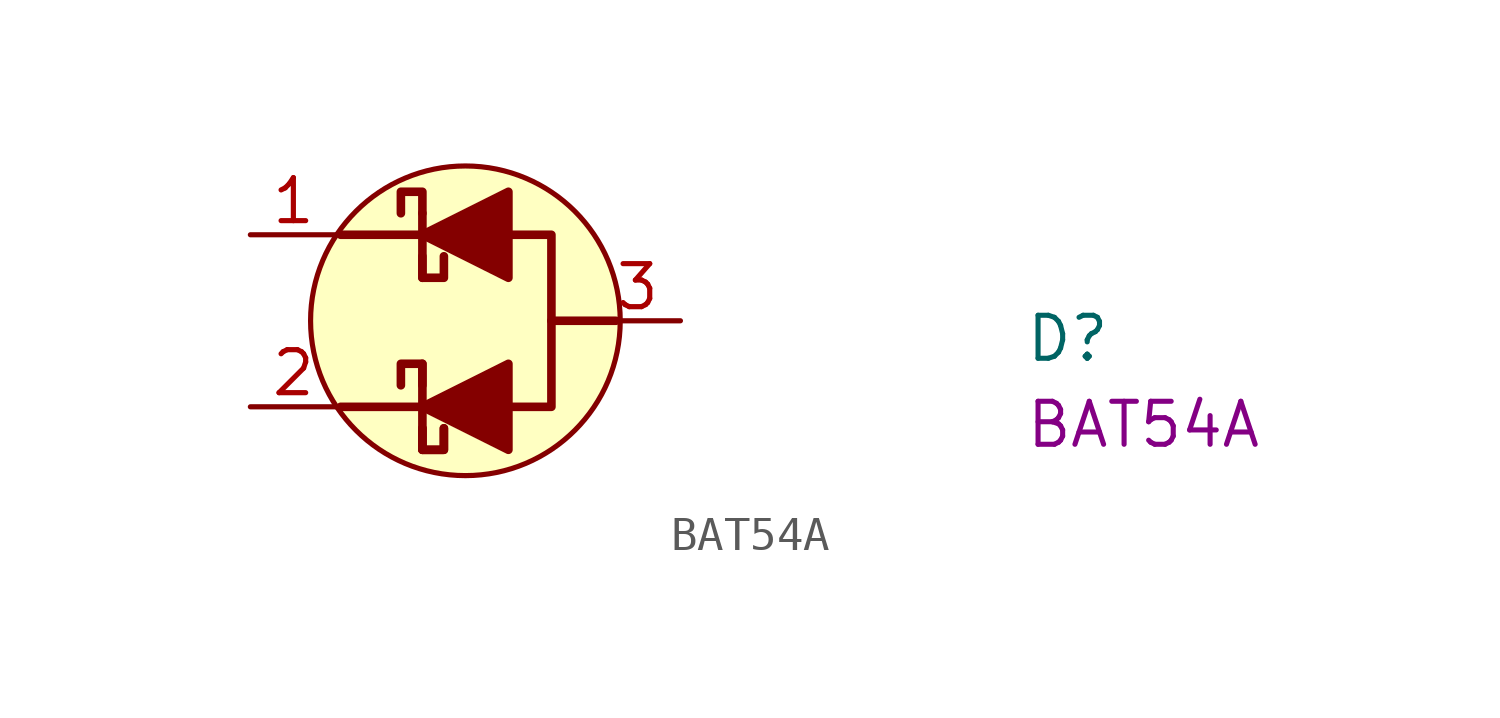
<source format=kicad_sym>
(kicad_symbol_lib
  (version 20220914)
  (generator kicad_symbol_editor)
  (symbol "BAT54A"
    (pin_names hide)
    (property "Reference" "D"
      (at 22.86 -3.81 0)
      (effects (font (size 1.27 1.27) (thickness 0.15)) (justify left bottom)))
    (property "MPN" "BAT54A"
      (at 22.86 -6.35 0)
      (effects (font (size 1.27 1.27) (thickness 0.15)) (justify left bottom)))
    (symbol "BAT54A_0_1"
      (polyline (pts (xy 5.08 -5.08) (xy 2.667 -5.08)) (stroke (width 0.254) (type default)) (fill (type none)))
      (polyline (pts (xy 5.08 0) (xy 2.667 0)) (stroke (width 0.254) (type default)) (fill (type none)))
      (polyline (pts (xy 10.795 -2.54) (xy 8.89 -2.54)) (stroke (width 0.254) (type default)) (fill (type none)))
      (circle (center 6.35 -2.54) (radius 4.572) (stroke (width 0) (type default)) (fill (type background))))
    (symbol "BAT54A_1_1"
      (polyline (pts (xy 5.08 -3.81) (xy 5.08 -6.35)) (stroke (width 0.254) (type default)) (fill (type none)))
      (polyline (pts (xy 5.08 0.635) (xy 5.08 -1.27)) (stroke (width 0.254) (type default)) (fill (type none)))
      (polyline (pts (xy 5.08 -5.715) (xy 5.08 -6.35) (xy 5.715 -6.35) (xy 5.715 -5.715)) (stroke (width 0.254) (type default)) (fill (type none)))
      (polyline (pts (xy 5.08 -5.715) (xy 5.08 -6.35) (xy 5.715 -6.35) (xy 5.715 -5.715)) (stroke (width 0.254) (type default)) (fill (type none)))
      (polyline (pts (xy 5.08 -4.445) (xy 5.08 -3.81) (xy 4.445 -3.81) (xy 4.445 -4.445)) (stroke (width 0.254) (type default)) (fill (type none)))
      (polyline (pts (xy 5.08 -0.635) (xy 5.08 -1.27) (xy 5.715 -1.27) (xy 5.715 -0.635)) (stroke (width 0.254) (type default)) (fill (type none)))
      (polyline (pts (xy 5.08 0.635) (xy 5.08 1.27) (xy 4.445 1.27) (xy 4.445 0.635)) (stroke (width 0.254) (type default)) (fill (type none)))
      (polyline (pts (xy 7.62 -3.81) (xy 7.62 -6.35) (xy 5.08 -5.08) (xy 7.62 -3.81)) (stroke (width 0.254) (type default)) (fill (type outline)))
      (polyline (pts (xy 7.62 0) (xy 8.89 0) (xy 8.89 -5.08) (xy 7.62 -5.08)) (stroke (width 0.254) (type default)) (fill (type none)))
      (polyline (pts (xy 7.62 1.27) (xy 7.62 -1.27) (xy 5.08 0) (xy 7.62 1.27)) (stroke (width 0.254) (type default)) (fill (type outline)))
      (pin passive line (at 0 0 0) (length 2.54) (name "1" (effects (font (size 1.27 1.27)))) (number "1" (effects (font (size 1.27 1.27)))))
      (pin passive line (at 0 -5.08 0) (length 2.54) (name "2" (effects (font (size 1.27 1.27)))) (number "2" (effects (font (size 1.27 1.27)))))
      (pin passive line (at 12.7 -2.54 180) (length 2.54) (name "3" (effects (font (size 1.27 1.27)))) (number "3" (effects (font (size 1.27 1.27))))))))
</source>
